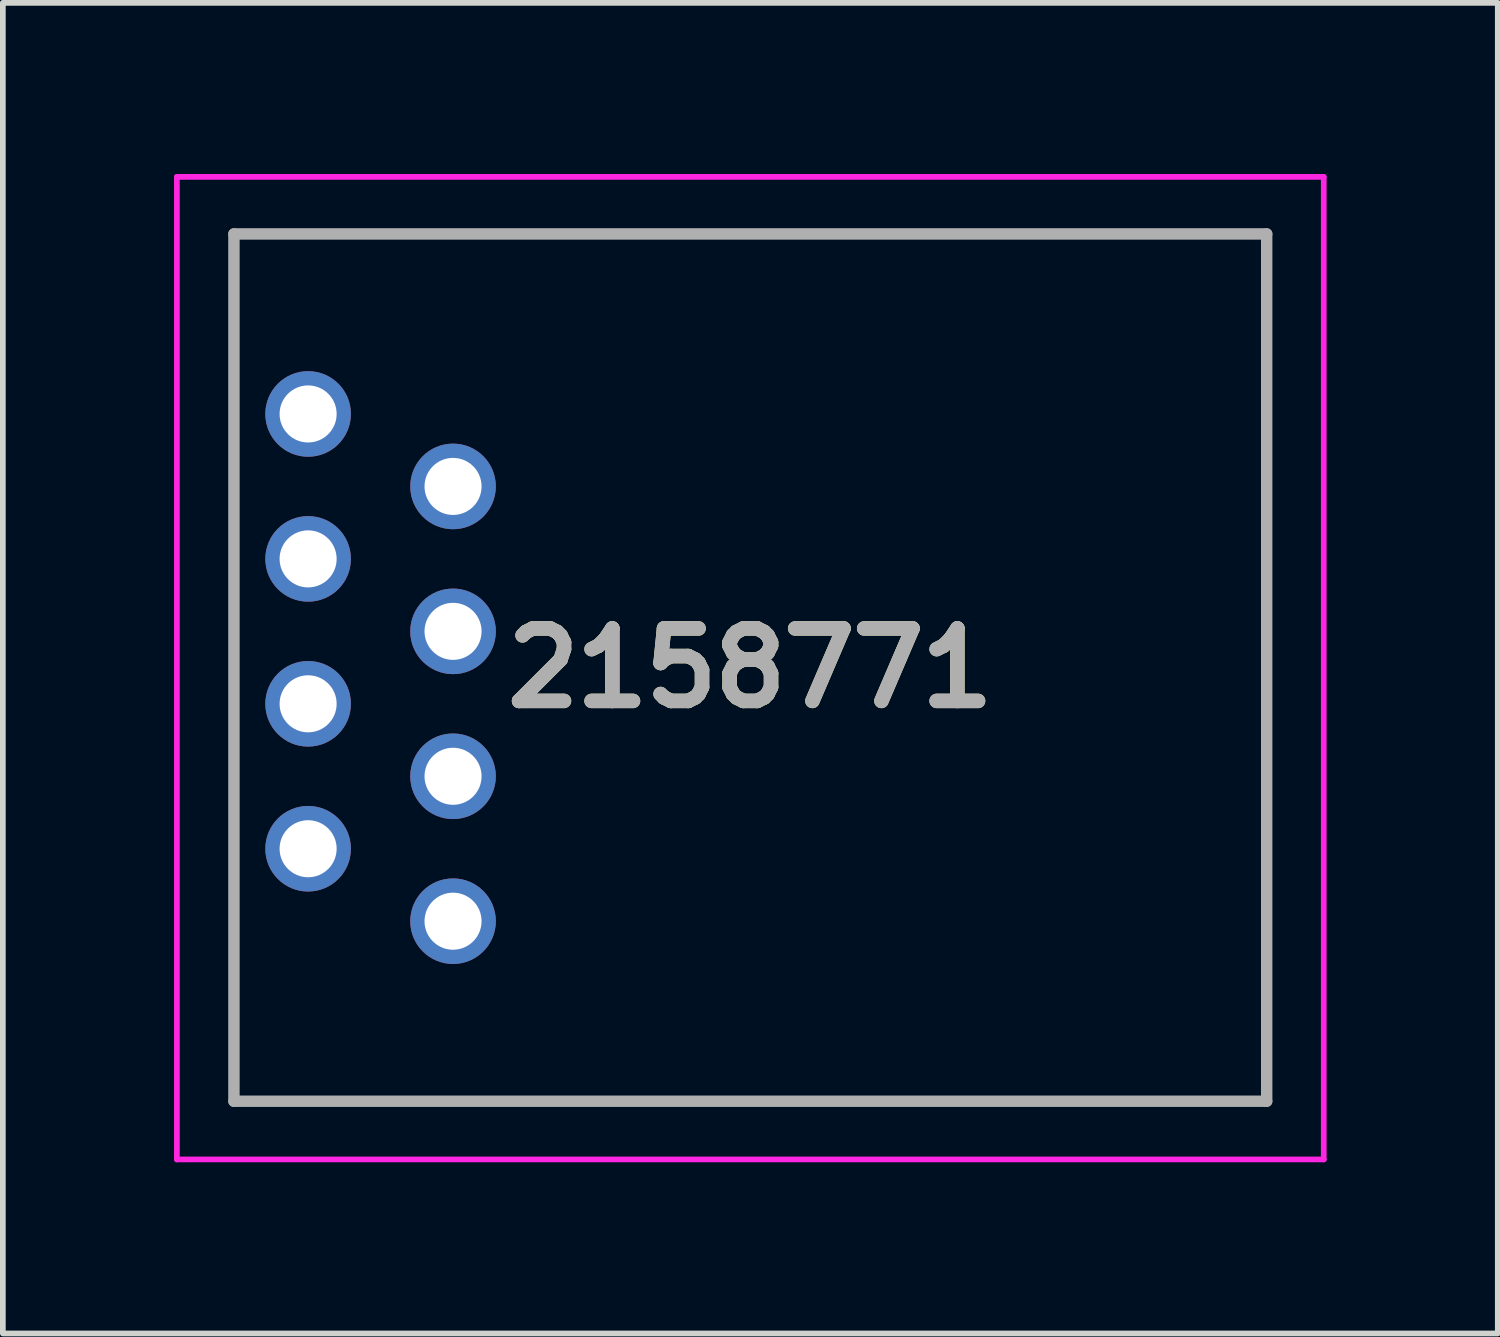
<source format=kicad_pcb>
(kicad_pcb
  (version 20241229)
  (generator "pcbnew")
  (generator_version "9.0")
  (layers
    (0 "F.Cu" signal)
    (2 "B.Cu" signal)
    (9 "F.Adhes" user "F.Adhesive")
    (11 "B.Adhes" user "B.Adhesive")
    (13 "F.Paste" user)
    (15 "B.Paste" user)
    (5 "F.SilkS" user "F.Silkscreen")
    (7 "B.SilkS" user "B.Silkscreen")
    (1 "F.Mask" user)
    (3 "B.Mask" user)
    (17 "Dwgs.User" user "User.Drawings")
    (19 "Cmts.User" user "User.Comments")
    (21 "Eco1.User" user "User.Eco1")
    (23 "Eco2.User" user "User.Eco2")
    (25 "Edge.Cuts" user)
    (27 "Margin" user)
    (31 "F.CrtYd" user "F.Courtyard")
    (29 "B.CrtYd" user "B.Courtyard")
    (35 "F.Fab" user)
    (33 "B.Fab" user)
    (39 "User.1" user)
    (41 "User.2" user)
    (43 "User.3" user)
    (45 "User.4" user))
  (footprint "2158771"
    (layer "F.Cu")
    (at 2.35 4.205)
    (property "Reference" "2158771" (at 7.75 4.455 0) (layer "F.SilkS") (effects (font (size 1.27 1.27) (thickness 0.254))))
    (attr through_hole)
    (fp_line (start -1.3 -3.155) (end -1.3 12.065) (stroke (width 0.1) (type solid)) (layer "F.SilkS"))
    (fp_line (start -1.3 12.065) (end 16.8 12.065) (stroke (width 0.1) (type solid)) (layer "F.SilkS"))
    (fp_line (start 16.8 -3.155) (end -1.3 -3.155) (stroke (width 0.1) (type solid)) (layer "F.SilkS"))
    (fp_line (start 16.8 12.065) (end 16.8 -3.155) (stroke (width 0.1) (type solid)) (layer "F.SilkS"))
    (fp_line (start -2.3 -4.155) (end -2.3 13.065) (stroke (width 0.1) (type solid)) (layer "F.CrtYd"))
    (fp_line (start -2.3 13.065) (end 17.8 13.065) (stroke (width 0.1) (type solid)) (layer "F.CrtYd"))
    (fp_line (start 17.8 -4.155) (end -2.3 -4.155) (stroke (width 0.1) (type solid)) (layer "F.CrtYd"))
    (fp_line (start 17.8 13.065) (end 17.8 -4.155) (stroke (width 0.1) (type solid)) (layer "F.CrtYd"))
    (fp_line (start -1.3 -3.155) (end -1.3 12.045) (stroke (width 0.2) (type solid)) (layer "F.Fab"))
    (fp_line (start -1.3 12.045) (end 16.8 12.045) (stroke (width 0.2) (type solid)) (layer "F.Fab"))
    (fp_line (start 16.8 -3.155) (end -1.3 -3.155) (stroke (width 0.2) (type solid)) (layer "F.Fab"))
    (fp_line (start 16.8 12.045) (end 16.8 -3.155) (stroke (width 0.2) (type solid)) (layer "F.Fab"))
    (fp_text user "${REFERENCE}" (at 7.75 4.455 0) (layer "F.Fab") (effects (font (size 1.27 1.27) (thickness 0.254))))
    (pad "" np_thru_hole circle (at 8.9 -1.27) (size 0.001 0.001) (drill 3.33) (layers "*.Cu" "*.Mask"))
    (pad "" np_thru_hole circle (at 8.9 10.16) (size 0.001 0.001) (drill 3.33) (layers "*.Cu" "*.Mask"))
    (pad "1" thru_hole circle (at 0 0) (size 1.5 1.5) (drill 1) (layers "*.Cu" "*.Mask"))
    (pad "2" thru_hole circle (at 2.54 1.27) (size 1.5 1.5) (drill 1) (layers "*.Cu" "*.Mask"))
    (pad "3" thru_hole circle (at 0 2.54) (size 1.5 1.5) (drill 1) (layers "*.Cu" "*.Mask"))
    (pad "4" thru_hole circle (at 2.54 3.81) (size 1.5 1.5) (drill 1) (layers "*.Cu" "*.Mask"))
    (pad "5" thru_hole circle (at 0 5.08) (size 1.5 1.5) (drill 1) (layers "*.Cu" "*.Mask"))
    (pad "6" thru_hole circle (at 2.54 6.35) (size 1.5 1.5) (drill 1) (layers "*.Cu" "*.Mask"))
    (pad "7" thru_hole circle (at 0 7.62) (size 1.5 1.5) (drill 1) (layers "*.Cu" "*.Mask"))
    (pad "8" thru_hole circle (at 2.54 8.89) (size 1.5 1.5) (drill 1) (layers "*.Cu" "*.Mask")))
  (gr_rect
    (start -3 -3)
    (end 23.2 20.32)
    (stroke (width 0.1) (type default))
    (fill no)
    (layer "Edge.Cuts")))
</source>
